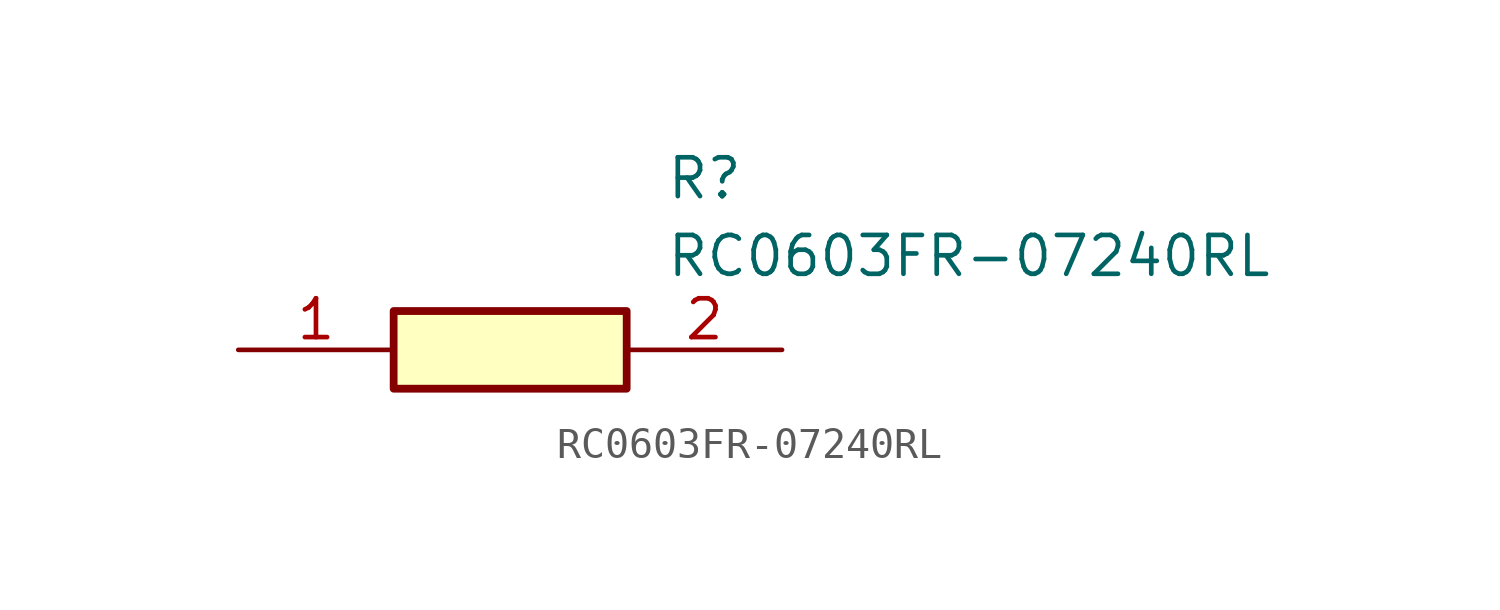
<source format=kicad_sym>
(kicad_symbol_lib
  (version 20211014)
  (generator SamacSys_ECAD_Model)
  (symbol "RC0603FR-07240RL"
    (pin_names hide)
    (property "Reference" "R"
      (at 13.97 6.35 0)
      (effects (font (size 1.27 1.27)) (justify left top)))
    (property "Value" "RC0603FR-07240RL"
      (at 13.97 3.81 0)
      (effects (font (size 1.27 1.27)) (justify left top)))
    (rectangle
      (start 5.08 1.27)
      (end 12.7 -1.27)
      (stroke (width 0.254) (type default))
      (fill (type background)))
    (pin passive line
      (at 0 0 0)
      (length 5.08)
      (name "1" (effects (font (size 1.27 1.27))))
      (number "1" (effects (font (size 1.27 1.27)))))
    (pin passive line
      (at 17.78 0 180)
      (length 5.08)
      (name "2" (effects (font (size 1.27 1.27))))
      (number "2" (effects (font (size 1.27 1.27)))))))
</source>
